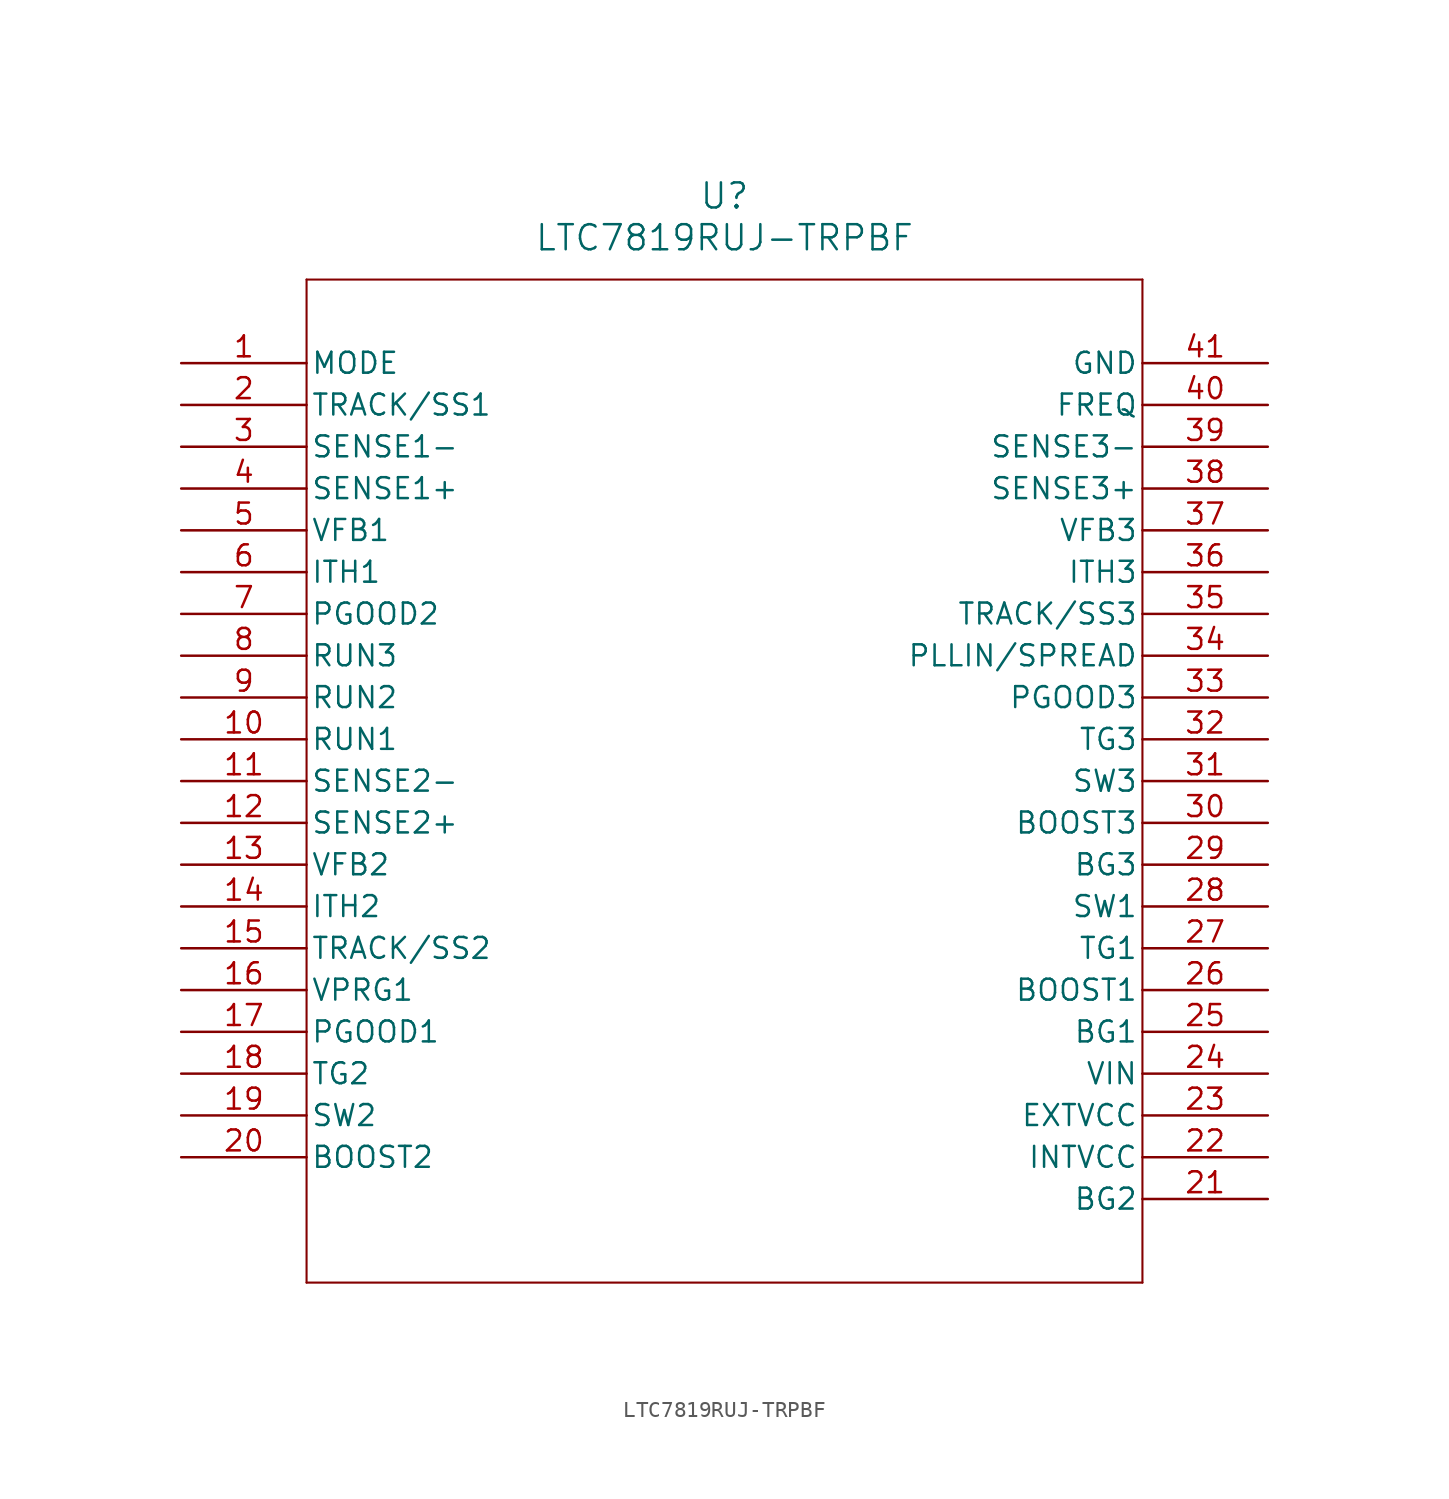
<source format=kicad_sym>
(kicad_symbol_lib
  (version 20211014)
  (generator kicad_symbol_editor)
  (symbol "LTC7819RUJ-TRPBF"
    (pin_names
      (offset 0.254))
    (property "Reference" "U"
      (at 33.02 10.16 0)
      (effects (font (size 1.524 1.524))))
    (property "Value" "LTC7819RUJ-TRPBF"
      (at 33.02 7.62 0)
      (effects (font (size 1.524 1.524))))
    (symbol "LTC7819RUJ-TRPBF_0_1"
      (polyline (pts (xy 7.62 5.08) (xy 7.62 -55.88)) (stroke (width 0.127) (type default) (color 0 0 0 0)) (fill (type none)))
      (polyline (pts (xy 7.62 -55.88) (xy 58.42 -55.88)) (stroke (width 0.127) (type default) (color 0 0 0 0)) (fill (type none)))
      (polyline (pts (xy 58.42 -55.88) (xy 58.42 5.08)) (stroke (width 0.127) (type default) (color 0 0 0 0)) (fill (type none)))
      (polyline (pts (xy 58.42 5.08) (xy 7.62 5.08)) (stroke (width 0.127) (type default) (color 0 0 0 0)) (fill (type none)))
      (pin input line (at 0 0 0) (length 7.62) (name "MODE" (effects (font (size 1.27 1.27)))) (number "1" (effects (font (size 1.27 1.27)))))
      (pin input line (at 0 -2.54 0) (length 7.62) (name "TRACK/SS1" (effects (font (size 1.27 1.27)))) (number "2" (effects (font (size 1.27 1.27)))))
      (pin input line (at 0 -5.08 0) (length 7.62) (name "SENSE1-" (effects (font (size 1.27 1.27)))) (number "3" (effects (font (size 1.27 1.27)))))
      (pin input line (at 0 -7.62 0) (length 7.62) (name "SENSE1+" (effects (font (size 1.27 1.27)))) (number "4" (effects (font (size 1.27 1.27)))))
      (pin input line (at 0 -10.16 0) (length 7.62) (name "VFB1" (effects (font (size 1.27 1.27)))) (number "5" (effects (font (size 1.27 1.27)))))
      (pin output line (at 0 -12.7 0) (length 7.62) (name "ITH1" (effects (font (size 1.27 1.27)))) (number "6" (effects (font (size 1.27 1.27)))))
      (pin output line (at 0 -15.24 0) (length 7.62) (name "PGOOD2" (effects (font (size 1.27 1.27)))) (number "7" (effects (font (size 1.27 1.27)))))
      (pin bidirectional line (at 0 -17.78 0) (length 7.62) (name "RUN3" (effects (font (size 1.27 1.27)))) (number "8" (effects (font (size 1.27 1.27)))))
      (pin input line (at 0 -20.32 0) (length 7.62) (name "RUN2" (effects (font (size 1.27 1.27)))) (number "9" (effects (font (size 1.27 1.27)))))
      (pin input line (at 0 -22.86 0) (length 7.62) (name "RUN1" (effects (font (size 1.27 1.27)))) (number "10" (effects (font (size 1.27 1.27)))))
      (pin input line (at 0 -25.4 0) (length 7.62) (name "SENSE2-" (effects (font (size 1.27 1.27)))) (number "11" (effects (font (size 1.27 1.27)))))
      (pin input line (at 0 -27.94 0) (length 7.62) (name "SENSE2+" (effects (font (size 1.27 1.27)))) (number "12" (effects (font (size 1.27 1.27)))))
      (pin input line (at 0 -30.48 0) (length 7.62) (name "VFB2" (effects (font (size 1.27 1.27)))) (number "13" (effects (font (size 1.27 1.27)))))
      (pin output line (at 0 -33.02 0) (length 7.62) (name "ITH2" (effects (font (size 1.27 1.27)))) (number "14" (effects (font (size 1.27 1.27)))))
      (pin input line (at 0 -35.56 0) (length 7.62) (name "TRACK/SS2" (effects (font (size 1.27 1.27)))) (number "15" (effects (font (size 1.27 1.27)))))
      (pin unspecified line (at 0 -38.1 0) (length 7.62) (name "VPRG1" (effects (font (size 1.27 1.27)))) (number "16" (effects (font (size 1.27 1.27)))))
      (pin output line (at 0 -40.64 0) (length 7.62) (name "PGOOD1" (effects (font (size 1.27 1.27)))) (number "17" (effects (font (size 1.27 1.27)))))
      (pin power_in line (at 0 -43.18 0) (length 7.62) (name "TG2" (effects (font (size 1.27 1.27)))) (number "18" (effects (font (size 1.27 1.27)))))
      (pin power_in line (at 0 -45.72 0) (length 7.62) (name "SW2" (effects (font (size 1.27 1.27)))) (number "19" (effects (font (size 1.27 1.27)))))
      (pin power_in line (at 0 -48.26 0) (length 7.62) (name "BOOST2" (effects (font (size 1.27 1.27)))) (number "20" (effects (font (size 1.27 1.27)))))
      (pin power_in line (at 66.04 -50.8 180) (length 7.62) (name "BG2" (effects (font (size 1.27 1.27)))) (number "21" (effects (font (size 1.27 1.27)))))
      (pin power_in line (at 66.04 -48.26 180) (length 7.62) (name "INTVCC" (effects (font (size 1.27 1.27)))) (number "22" (effects (font (size 1.27 1.27)))))
      (pin power_in line (at 66.04 -45.72 180) (length 7.62) (name "EXTVCC" (effects (font (size 1.27 1.27)))) (number "23" (effects (font (size 1.27 1.27)))))
      (pin power_in line (at 66.04 -43.18 180) (length 7.62) (name "VIN" (effects (font (size 1.27 1.27)))) (number "24" (effects (font (size 1.27 1.27)))))
      (pin power_in line (at 66.04 -40.64 180) (length 7.62) (name "BG1" (effects (font (size 1.27 1.27)))) (number "25" (effects (font (size 1.27 1.27)))))
      (pin power_in line (at 66.04 -38.1 180) (length 7.62) (name "BOOST1" (effects (font (size 1.27 1.27)))) (number "26" (effects (font (size 1.27 1.27)))))
      (pin power_in line (at 66.04 -35.56 180) (length 7.62) (name "TG1" (effects (font (size 1.27 1.27)))) (number "27" (effects (font (size 1.27 1.27)))))
      (pin power_in line (at 66.04 -33.02 180) (length 7.62) (name "SW1" (effects (font (size 1.27 1.27)))) (number "28" (effects (font (size 1.27 1.27)))))
      (pin power_in line (at 66.04 -30.48 180) (length 7.62) (name "BG3" (effects (font (size 1.27 1.27)))) (number "29" (effects (font (size 1.27 1.27)))))
      (pin power_in line (at 66.04 -27.94 180) (length 7.62) (name "BOOST3" (effects (font (size 1.27 1.27)))) (number "30" (effects (font (size 1.27 1.27)))))
      (pin power_in line (at 66.04 -25.4 180) (length 7.62) (name "SW3" (effects (font (size 1.27 1.27)))) (number "31" (effects (font (size 1.27 1.27)))))
      (pin power_in line (at 66.04 -22.86 180) (length 7.62) (name "TG3" (effects (font (size 1.27 1.27)))) (number "32" (effects (font (size 1.27 1.27)))))
      (pin output line (at 66.04 -20.32 180) (length 7.62) (name "PGOOD3" (effects (font (size 1.27 1.27)))) (number "33" (effects (font (size 1.27 1.27)))))
      (pin unspecified line (at 66.04 -17.78 180) (length 7.62) (name "PLLIN/SPREAD" (effects (font (size 1.27 1.27)))) (number "34" (effects (font (size 1.27 1.27)))))
      (pin input line (at 66.04 -15.24 180) (length 7.62) (name "TRACK/SS3" (effects (font (size 1.27 1.27)))) (number "35" (effects (font (size 1.27 1.27)))))
      (pin output line (at 66.04 -12.7 180) (length 7.62) (name "ITH3" (effects (font (size 1.27 1.27)))) (number "36" (effects (font (size 1.27 1.27)))))
      (pin input line (at 66.04 -10.16 180) (length 7.62) (name "VFB3" (effects (font (size 1.27 1.27)))) (number "37" (effects (font (size 1.27 1.27)))))
      (pin input line (at 66.04 -7.62 180) (length 7.62) (name "SENSE3+" (effects (font (size 1.27 1.27)))) (number "38" (effects (font (size 1.27 1.27)))))
      (pin input line (at 66.04 -5.08 180) (length 7.62) (name "SENSE3-" (effects (font (size 1.27 1.27)))) (number "39" (effects (font (size 1.27 1.27)))))
      (pin unspecified line (at 66.04 -2.54 180) (length 7.62) (name "FREQ" (effects (font (size 1.27 1.27)))) (number "40" (effects (font (size 1.27 1.27)))))
      (pin power_out line (at 66.04 0 180) (length 7.62) (name "GND" (effects (font (size 1.27 1.27)))) (number "41" (effects (font (size 1.27 1.27))))))))
</source>
